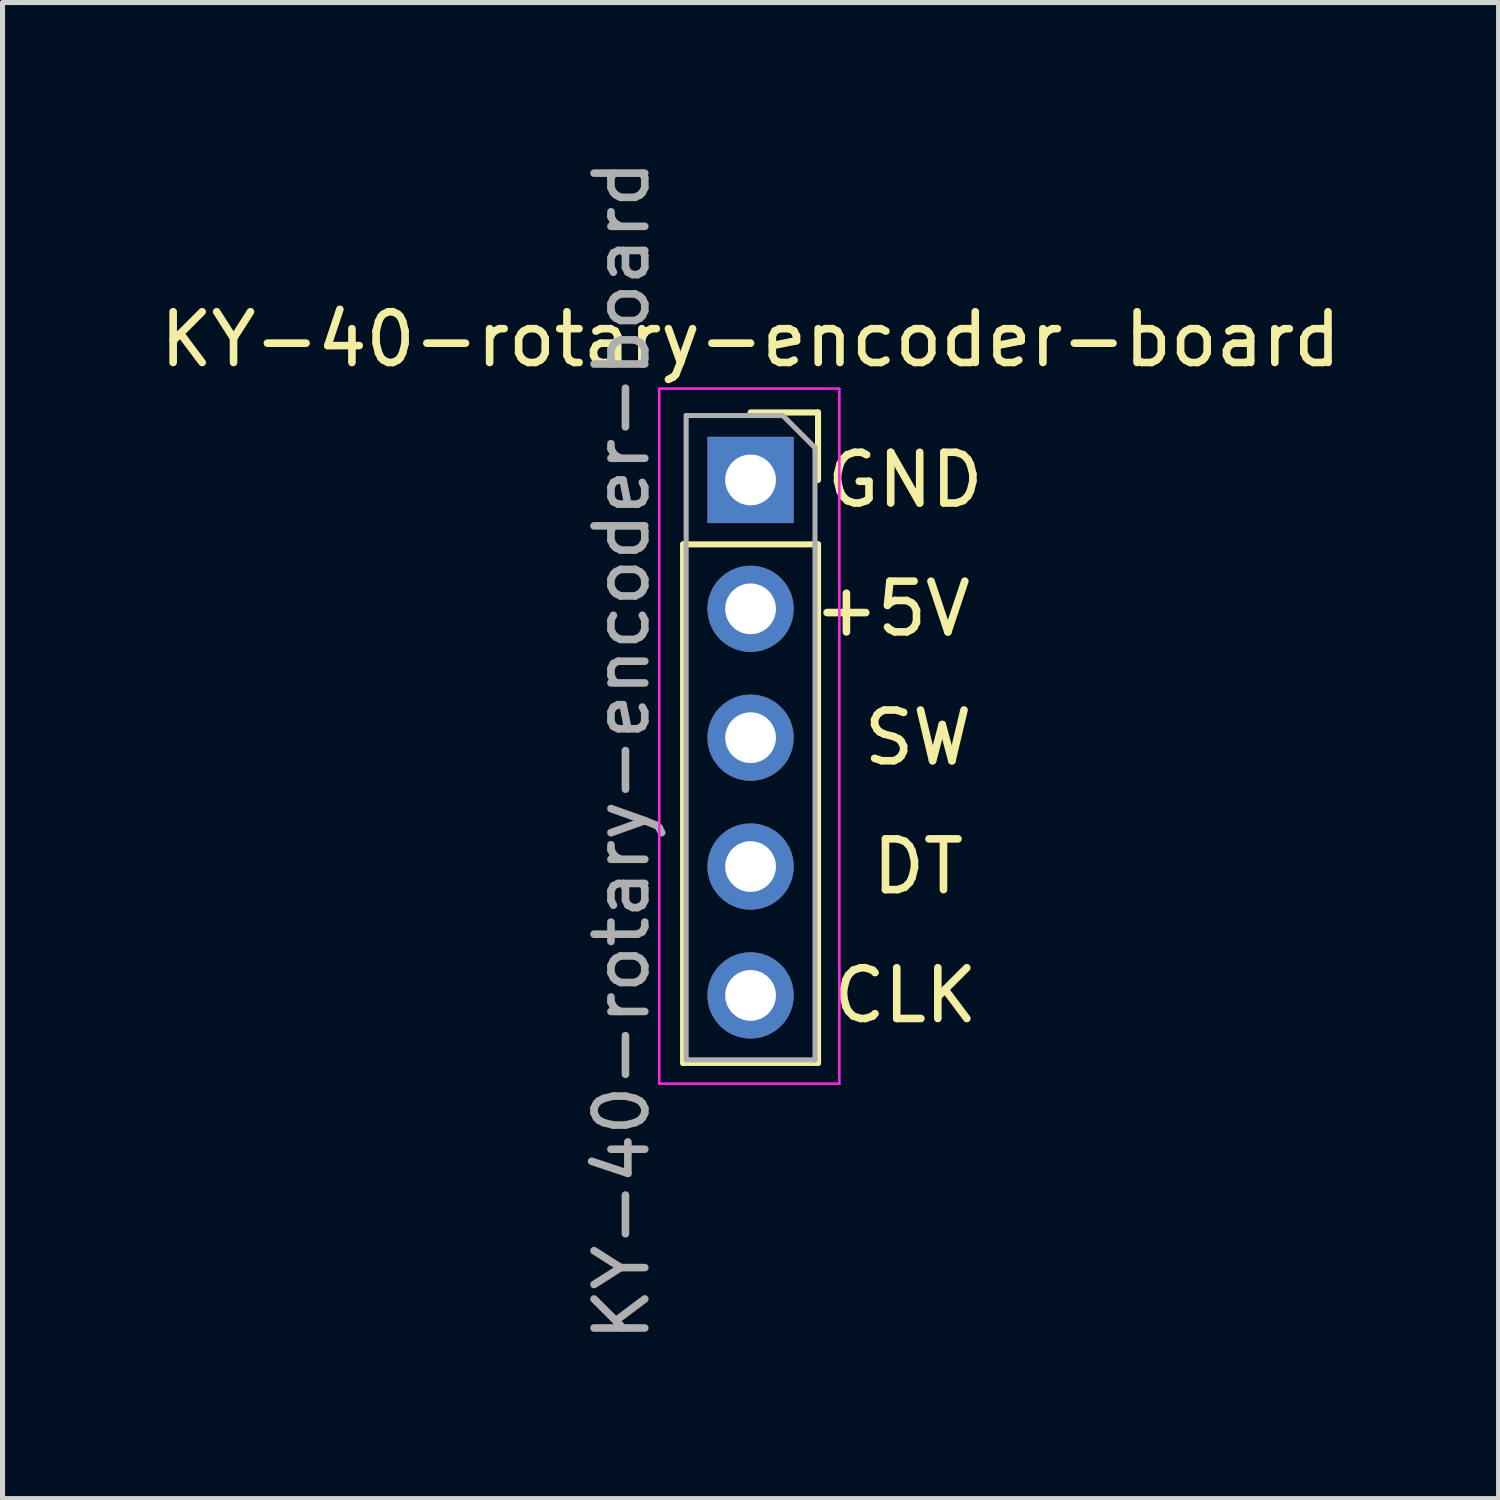
<source format=kicad_pcb>
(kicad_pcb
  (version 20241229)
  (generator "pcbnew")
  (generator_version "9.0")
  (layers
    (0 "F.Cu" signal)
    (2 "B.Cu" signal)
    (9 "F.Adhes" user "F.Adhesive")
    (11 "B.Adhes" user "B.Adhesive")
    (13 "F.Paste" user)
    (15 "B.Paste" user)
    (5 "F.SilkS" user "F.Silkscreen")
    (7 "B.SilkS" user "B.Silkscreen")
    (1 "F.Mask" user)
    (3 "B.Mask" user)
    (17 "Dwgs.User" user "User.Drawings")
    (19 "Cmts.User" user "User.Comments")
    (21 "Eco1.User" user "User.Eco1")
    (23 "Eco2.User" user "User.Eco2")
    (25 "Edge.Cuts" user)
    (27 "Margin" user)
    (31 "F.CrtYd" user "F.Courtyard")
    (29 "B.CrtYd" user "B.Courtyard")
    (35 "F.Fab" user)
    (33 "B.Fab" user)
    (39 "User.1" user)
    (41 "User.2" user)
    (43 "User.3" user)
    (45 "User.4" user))
  (footprint "KY-40-rotary-encoder-board"
    (layer "F.Cu")
    (at 11.744 6.41)
    (property "Reference" "KY-40-rotary-encoder-board" (at 0 -2.77 0) (layer "F.SilkS") (effects (font (size 1 1) (thickness 0.15))))
    (attr through_hole)
    (fp_line (start -1.33 1.27) (end -1.33 11.49) (stroke (width 0.12) (type solid)) (layer "F.SilkS"))
    (fp_line (start -1.33 1.27) (end 1.33 1.27) (stroke (width 0.12) (type solid)) (layer "F.SilkS"))
    (fp_line (start -1.33 11.49) (end 1.33 11.49) (stroke (width 0.12) (type solid)) (layer "F.SilkS"))
    (fp_line (start 0 -1.33) (end 1.33 -1.33) (stroke (width 0.12) (type solid)) (layer "F.SilkS"))
    (fp_line (start 1.33 -1.33) (end 1.33 0) (stroke (width 0.12) (type solid)) (layer "F.SilkS"))
    (fp_line (start 1.33 1.27) (end 1.33 11.49) (stroke (width 0.12) (type solid)) (layer "F.SilkS"))
    (fp_line (start -1.8 -1.8) (end 1.75 -1.8) (stroke (width 0.05) (type solid)) (layer "F.CrtYd"))
    (fp_line (start -1.8 11.9) (end -1.8 -1.8) (stroke (width 0.05) (type solid)) (layer "F.CrtYd"))
    (fp_line (start 1.75 -1.8) (end 1.75 11.9) (stroke (width 0.05) (type solid)) (layer "F.CrtYd"))
    (fp_line (start 1.75 11.9) (end -1.8 11.9) (stroke (width 0.05) (type solid)) (layer "F.CrtYd"))
    (fp_line (start -1.27 -1.27) (end 0.635 -1.27) (stroke (width 0.1) (type solid)) (layer "F.Fab"))
    (fp_line (start -1.27 11.43) (end -1.27 -1.27) (stroke (width 0.1) (type solid)) (layer "F.Fab"))
    (fp_line (start 0.635 -1.27) (end 1.27 -0.635) (stroke (width 0.1) (type solid)) (layer "F.Fab"))
    (fp_line (start 1.27 -0.635) (end 1.27 11.43) (stroke (width 0.1) (type solid)) (layer "F.Fab"))
    (fp_line (start 1.27 11.43) (end -1.27 11.43) (stroke (width 0.1) (type solid)) (layer "F.Fab"))
    (fp_text user "GND" (at 3.048 0 0) (layer "F.SilkS") (effects (font (size 1 1) (thickness 0.15))))
    (fp_text user "CLK" (at 3.048 10.16 0) (layer "F.SilkS") (effects (font (size 1 1) (thickness 0.15))))
    (fp_text user "+5V" (at 2.794 2.54 0) (layer "F.SilkS") (effects (font (size 1 1) (thickness 0.15))))
    (fp_text user "SW" (at 3.302 5.08 0) (layer "F.SilkS") (effects (font (size 1 1) (thickness 0.15))))
    (fp_text user "DT" (at 3.302 7.62 0) (layer "F.SilkS") (effects (font (size 1 1) (thickness 0.15))))
    (fp_text user "${REFERENCE}" (at -2.54 5.334 90) (layer "F.Fab") (effects (font (size 1 1) (thickness 0.15))))
    (pad "1" thru_hole rect (at 0 0) (size 1.7 1.7) (drill 1) (layers "*.Cu" "*.Mask"))
    (pad "2" thru_hole oval (at 0 2.54) (size 1.7 1.7) (drill 1) (layers "*.Cu" "*.Mask"))
    (pad "3" thru_hole oval (at 0 5.08) (size 1.7 1.7) (drill 1) (layers "*.Cu" "*.Mask"))
    (pad "4" thru_hole oval (at 0 7.62) (size 1.7 1.7) (drill 1) (layers "*.Cu" "*.Mask"))
    (pad "5" thru_hole oval (at 0 10.16) (size 1.7 1.7) (drill 1) (layers "*.Cu" "*.Mask")))
  (gr_rect
    (start -3 -3)
    (end 26.488 26.488)
    (stroke (width 0.1) (type default))
    (fill no)
    (layer "Edge.Cuts")))
</source>
